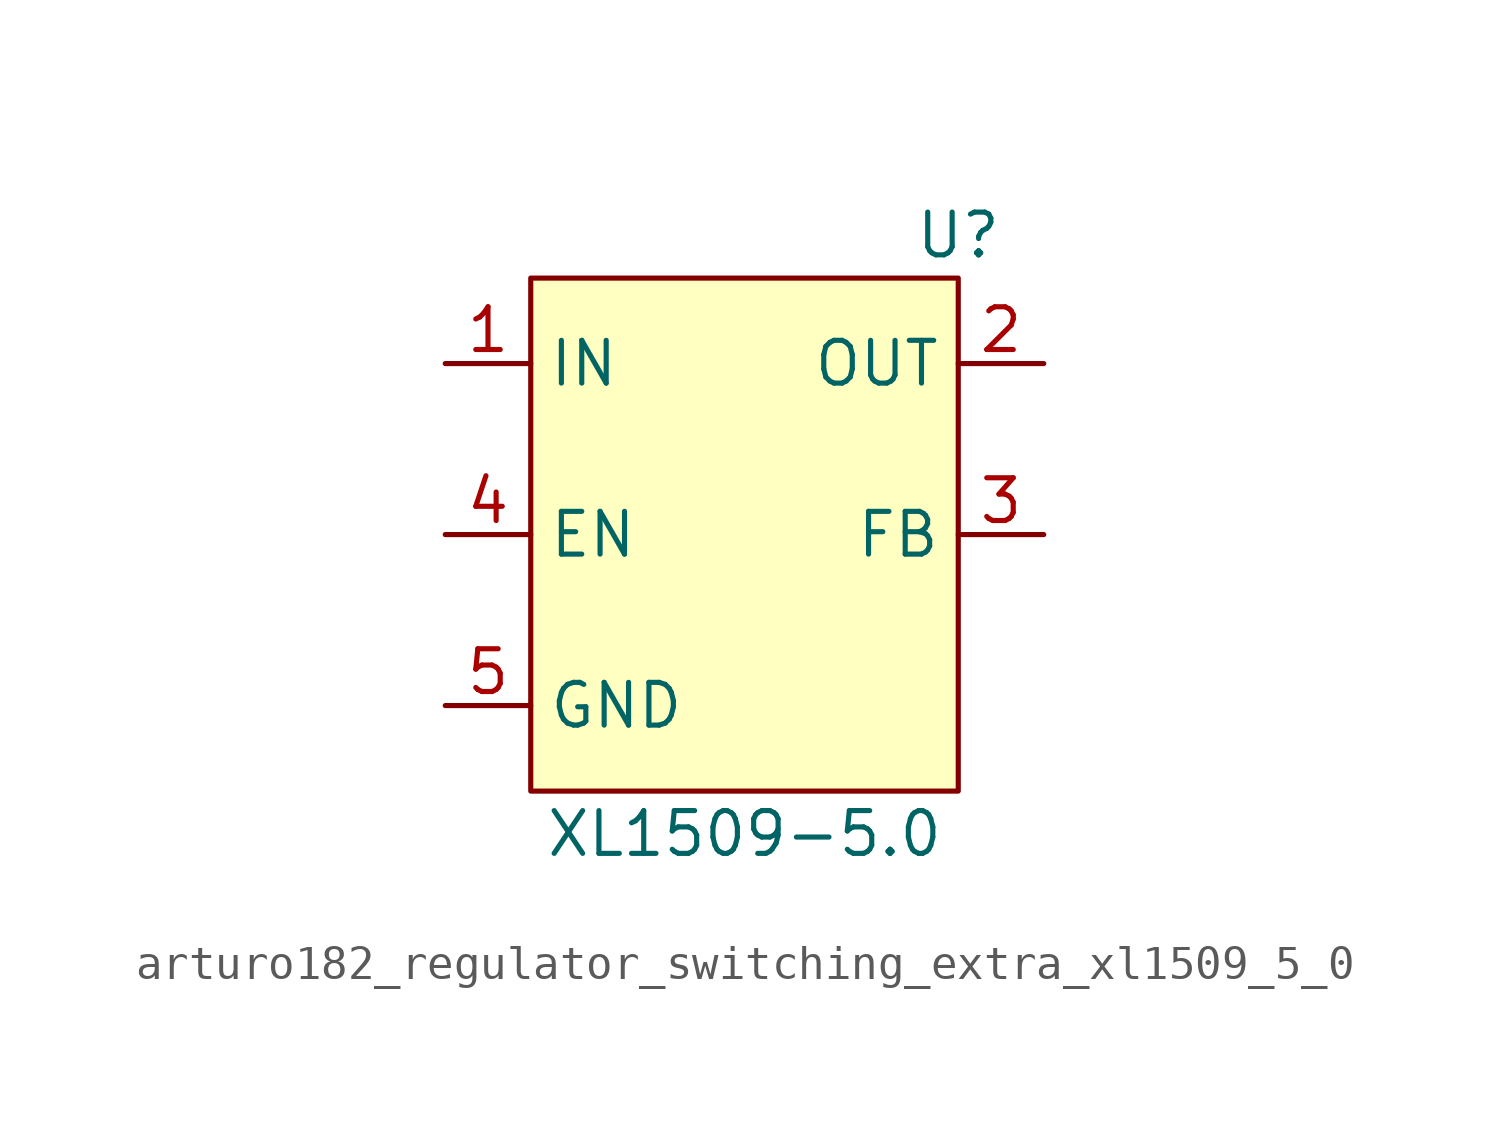
<source format=kicad_sym>
(kicad_symbol_lib
  (version 20220914)
  (generator kicad_symbol_editor)
  (symbol "arturo182_regulator_switching_extra_xl1509_5_0"
    (property "Reference" "U"
      (at 6.35 8.89 0)
      (effects (font (size 1.27 1.27))))
    (property "Value" "XL1509-5.0"
      (at 0 -8.89 0)
      (effects (font (size 1.27 1.27))))
    (symbol "arturo182_regulator_switching_extra_xl1509_5_0_0_0"
      (pin passive line (at -8.89 -5.08 0) (length 2.54) hide (name "GND" (effects (font (size 1.27 1.27)))) (number "6" (effects (font (size 1.27 1.27)))))
      (pin passive line (at -8.89 -5.08 0) (length 2.54) hide (name "GND" (effects (font (size 1.27 1.27)))) (number "7" (effects (font (size 1.27 1.27)))))
      (pin passive line (at -8.89 -5.08 0) (length 2.54) hide (name "GND" (effects (font (size 1.27 1.27)))) (number "8" (effects (font (size 1.27 1.27))))))
    (symbol "arturo182_regulator_switching_extra_xl1509_5_0_0_1"
      (rectangle (start -6.35 7.62) (end 6.35 -7.62) (stroke (width 0) (type default)) (fill (type background))))
    (symbol "arturo182_regulator_switching_extra_xl1509_5_0_1_1"
      (pin power_in line (at -8.89 5.08 0) (length 2.54) (name "IN" (effects (font (size 1.27 1.27)))) (number "1" (effects (font (size 1.27 1.27)))))
      (pin power_out line (at 8.89 5.08 180) (length 2.54) (name "OUT" (effects (font (size 1.27 1.27)))) (number "2" (effects (font (size 1.27 1.27)))))
      (pin input line (at 8.89 0 180) (length 2.54) (name "FB" (effects (font (size 1.27 1.27)))) (number "3" (effects (font (size 1.27 1.27)))))
      (pin input line (at -8.89 0 0) (length 2.54) (name "EN" (effects (font (size 1.27 1.27)))) (number "4" (effects (font (size 1.27 1.27)))))
      (pin power_in line (at -8.89 -5.08 0) (length 2.54) (name "GND" (effects (font (size 1.27 1.27)))) (number "5" (effects (font (size 1.27 1.27))))))))
</source>
